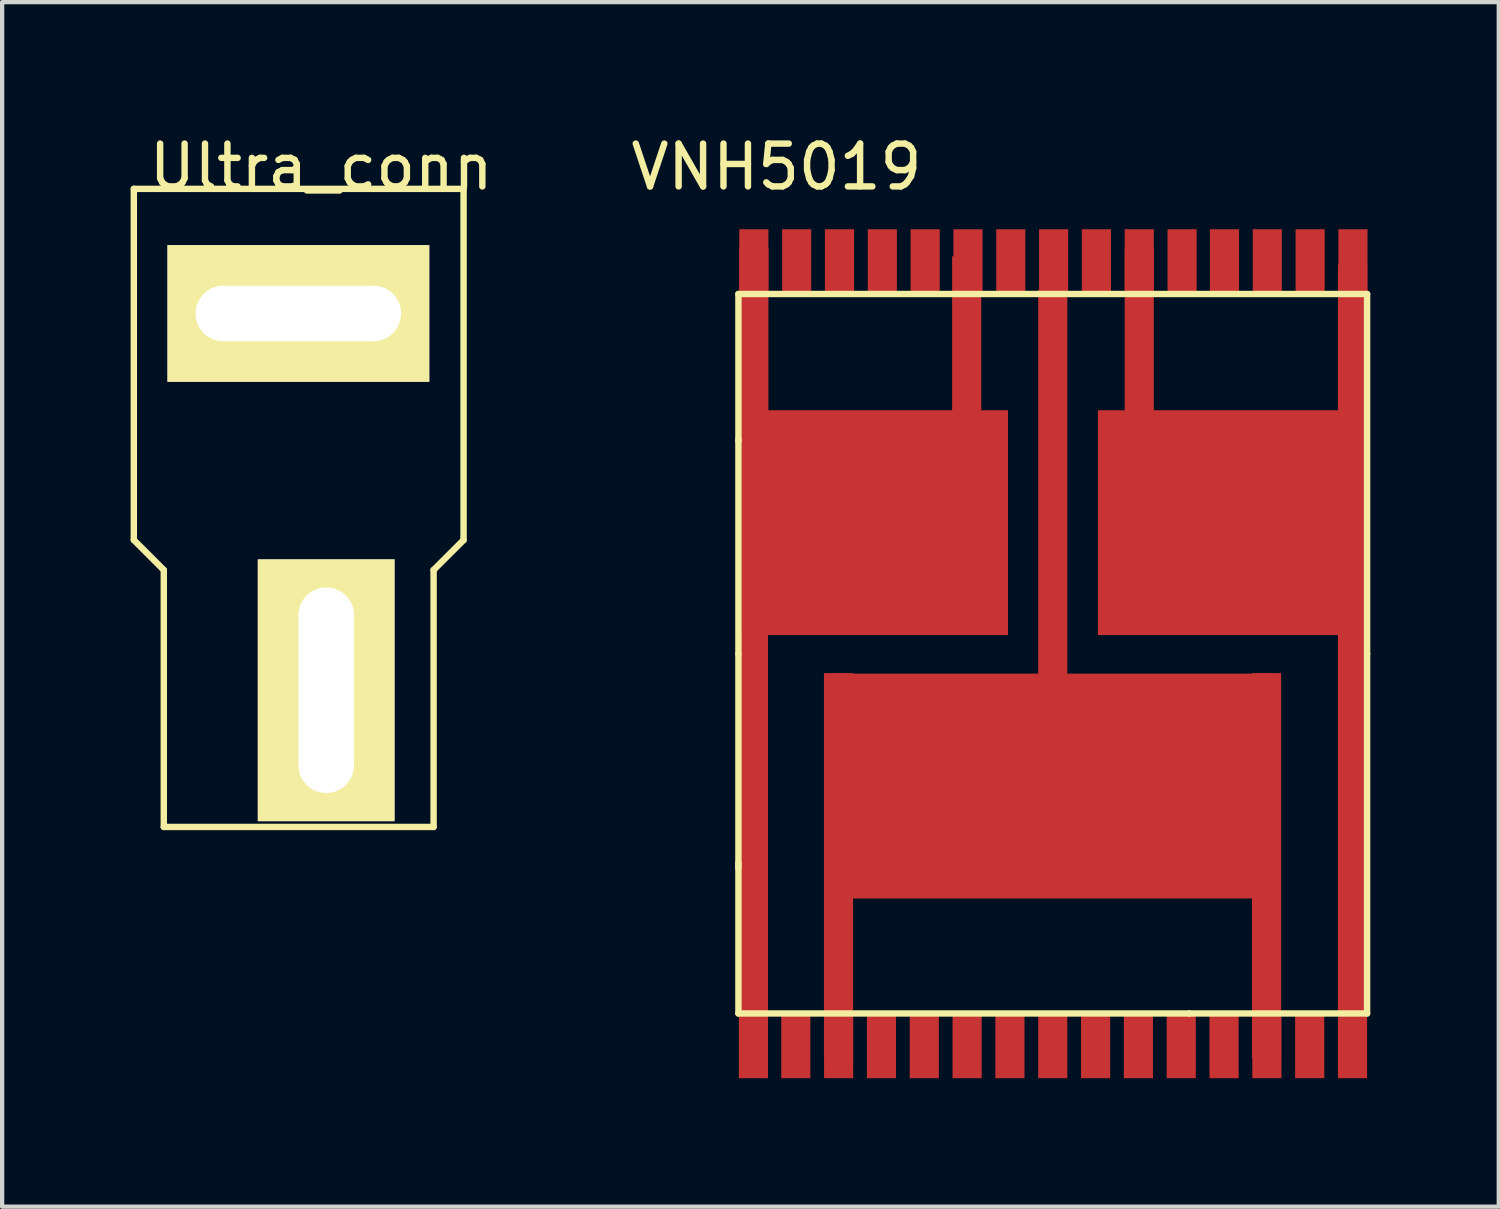
<source format=kicad_pcb>
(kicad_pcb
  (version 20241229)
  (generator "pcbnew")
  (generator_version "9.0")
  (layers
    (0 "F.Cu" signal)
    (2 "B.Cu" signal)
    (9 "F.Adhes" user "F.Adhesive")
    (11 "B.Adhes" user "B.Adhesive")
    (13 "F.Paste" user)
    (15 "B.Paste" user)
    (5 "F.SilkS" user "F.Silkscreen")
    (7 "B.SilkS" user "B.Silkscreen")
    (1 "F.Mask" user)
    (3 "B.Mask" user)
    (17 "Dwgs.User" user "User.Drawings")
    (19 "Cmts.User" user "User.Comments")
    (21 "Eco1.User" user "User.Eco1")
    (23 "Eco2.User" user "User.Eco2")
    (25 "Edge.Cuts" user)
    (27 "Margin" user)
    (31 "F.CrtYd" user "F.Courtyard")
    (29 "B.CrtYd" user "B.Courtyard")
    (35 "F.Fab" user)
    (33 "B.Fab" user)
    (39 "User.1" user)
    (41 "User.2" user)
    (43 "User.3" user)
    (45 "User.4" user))
  (footprint "Ultra_conn"
    (layer "F.Cu")
    (at 1.875 3.06)
    (property "Reference" "Ultra_conn" (at 2.576 -2.212 0) (layer "F.SilkS") (effects (font (size 1 1) (thickness 0.15))))
    (attr through_hole)
    (fp_line (start -1.8 -1.7) (end 5.9 -1.7) (stroke (width 0.15) (type solid)) (layer "F.SilkS"))
    (fp_line (start -1.8 6.5) (end -1.8 -1.7) (stroke (width 0.15) (type solid)) (layer "F.SilkS"))
    (fp_line (start -1.1 7.2) (end -1.8 6.5) (stroke (width 0.15) (type solid)) (layer "F.SilkS"))
    (fp_line (start -1.1 13.2) (end -1.1 7.2) (stroke (width 0.15) (type solid)) (layer "F.SilkS"))
    (fp_line (start -0.077 1.743) (end -0.077 0.6) (stroke (width 0.15) (type solid)) (layer "F.SilkS"))
    (fp_line (start -0.076 0.524) (end 0.061 0.524) (stroke (width 0.15) (type solid)) (layer "F.SilkS"))
    (fp_line (start -0.076 0.595) (end -0.076 0.524) (stroke (width 0.15) (type solid)) (layer "F.SilkS"))
    (fp_line (start -0.076 1.743) (end -0.076 1.819) (stroke (width 0.15) (type solid)) (layer "F.SilkS"))
    (fp_line (start -0.076 1.804) (end -0.076 1.87) (stroke (width 0.15) (type solid)) (layer "F.SilkS"))
    (fp_line (start -0.076 1.87) (end 0.051 1.87) (stroke (width 0.15) (type solid)) (layer "F.SilkS"))
    (fp_line (start 0 0.523) (end 4.064 0.523) (stroke (width 0.15) (type solid)) (layer "F.SilkS"))
    (fp_line (start 2.022 11.994) (end 2.022 12.142) (stroke (width 0.15) (type solid)) (layer "F.SilkS"))
    (fp_line (start 2.023 12.142) (end 3.166 12.142) (stroke (width 0.15) (type solid)) (layer "F.SilkS"))
    (fp_line (start 2.023 7.918) (end 3.166 7.918) (stroke (width 0.15) (type solid)) (layer "F.SilkS"))
    (fp_line (start 2.024 11.983) (end 2.024 7.919) (stroke (width 0.15) (type solid)) (layer "F.SilkS"))
    (fp_line (start 3.17 7.92) (end 3.363 7.92) (stroke (width 0.15) (type solid)) (layer "F.SilkS"))
    (fp_line (start 3.175 12.142) (end 3.322 12.142) (stroke (width 0.15) (type solid)) (layer "F.SilkS"))
    (fp_line (start 3.236 12.142) (end 3.358 12.142) (stroke (width 0.15) (type solid)) (layer "F.SilkS"))
    (fp_line (start 3.366 11.984) (end 3.366 7.92) (stroke (width 0.15) (type solid)) (layer "F.SilkS"))
    (fp_line (start 3.367 11.979) (end 3.367 12.142) (stroke (width 0.15) (type solid)) (layer "F.SilkS"))
    (fp_line (start 4.028 1.87) (end 4.191 1.87) (stroke (width 0.15) (type solid)) (layer "F.SilkS"))
    (fp_line (start 4.034 0.524) (end 4.186 0.524) (stroke (width 0.15) (type solid)) (layer "F.SilkS"))
    (fp_line (start 4.064 1.87) (end 0 1.87) (stroke (width 0.15) (type solid)) (layer "F.SilkS"))
    (fp_line (start 4.069 0.524) (end 4.14 0.524) (stroke (width 0.15) (type solid)) (layer "F.SilkS"))
    (fp_line (start 4.14 1.869) (end 4.059 1.869) (stroke (width 0.15) (type solid)) (layer "F.SilkS"))
    (fp_line (start 4.19 0.524) (end 4.19 0.63) (stroke (width 0.15) (type solid)) (layer "F.SilkS"))
    (fp_line (start 4.19 1.793) (end 4.19 1.869) (stroke (width 0.15) (type solid)) (layer "F.SilkS"))
    (fp_line (start 4.191 0.6) (end 4.191 1.743) (stroke (width 0.15) (type solid)) (layer "F.SilkS"))
    (fp_line (start 4.191 1.87) (end 4.191 1.743) (stroke (width 0.15) (type solid)) (layer "F.SilkS"))
    (fp_line (start 5.2 7.2) (end 5.2 13.2) (stroke (width 0.15) (type solid)) (layer "F.SilkS"))
    (fp_line (start 5.2 13.2) (end -1.1 13.2) (stroke (width 0.15) (type solid)) (layer "F.SilkS"))
    (fp_line (start 5.9 -1.7) (end 5.9 6.5) (stroke (width 0.15) (type solid)) (layer "F.SilkS"))
    (fp_line (start 5.9 6.5) (end 5.2 7.2) (stroke (width 0.15) (type solid)) (layer "F.SilkS"))
    (pad "1" thru_hole rect (at 2.042 1.21) (size 6.115 3.194) (drill oval 4.8 1.3) (layers "*.Cu" "*.Mask" "F.SilkS"))
    (pad "2" thru_hole rect (at 2.692 10.008) (size 3.194 6.115) (drill oval 1.3 4.8) (layers "*.Cu" "*.Mask" "F.SilkS")))
  (footprint "VNH5019"
    (layer "F.Cu")
    (at 14.193 12.215)
    (property "Reference" "VNH5019" (at 0.889 -11.367 0) (layer "F.SilkS") (effects (font (size 1 1) (thickness 0.15))))
    (attr through_hole)
    (fp_line (start 0 -8.4) (end 0 -4.96) (stroke (width 0.15) (type solid)) (layer "F.SilkS"))
    (fp_line (start 0 0) (end 0 -5) (stroke (width 0.15) (type solid)) (layer "F.SilkS"))
    (fp_line (start 0 0) (end 0 5) (stroke (width 0.15) (type solid)) (layer "F.SilkS"))
    (fp_line (start 0 8.4) (end 0 4.88) (stroke (width 0.15) (type solid)) (layer "F.SilkS"))
    (fp_line (start 0 8.4) (end 10.53 8.4) (stroke (width 0.15) (type solid)) (layer "F.SilkS"))
    (fp_line (start 10.53 8.4) (end 14.68 8.4) (stroke (width 0.15) (type solid)) (layer "F.SilkS"))
    (fp_line (start 14.68 -8.4) (end 0 -8.4) (stroke (width 0.15) (type solid)) (layer "F.SilkS"))
    (fp_line (start 14.68 0) (end 14.68 -8.4) (stroke (width 0.15) (type solid)) (layer "F.SilkS"))
    (fp_line (start 14.68 8.4) (end 14.68 0) (stroke (width 0.15) (type solid)) (layer "F.SilkS"))
    (pad "1" smd rect (at 0.35 3.97) (size 0.68 9) (layers "F.Cu" "F.Mask" "F.Paste"))
    (pad "1" smd rect (at 0.35 9.15) (size 0.68 1.524) (layers "F.Cu" "F.Mask" "F.Paste"))
    (pad "2" smd rect (at 1.34 9.15) (size 0.68 1.524) (layers "F.Cu" "F.Mask" "F.Paste"))
    (pad "3" smd rect (at 2.337 4.953) (size 0.68 9) (layers "F.Cu" "F.Mask" "F.Paste"))
    (pad "3" smd rect (at 2.34 9.15) (size 0.68 1.524) (layers "F.Cu" "F.Mask" "F.Paste"))
    (pad "4" smd rect (at 3.34 9.15) (size 0.68 1.524) (layers "F.Cu" "F.Mask" "F.Paste"))
    (pad "5" smd rect (at 4.34 9.15) (size 0.68 1.524) (layers "F.Cu" "F.Mask" "F.Paste"))
    (pad "6" smd rect (at 5.34 9.15) (size 0.68 1.524) (layers "F.Cu" "F.Mask" "F.Paste"))
    (pad "7" smd rect (at 6.34 9.15) (size 0.68 1.524) (layers "F.Cu" "F.Mask" "F.Paste"))
    (pad "8" smd rect (at 7.34 9.15) (size 0.68 1.524) (layers "F.Cu" "F.Mask" "F.Paste"))
    (pad "9" smd rect (at 8.34 9.15) (size 0.68 1.524) (layers "F.Cu" "F.Mask" "F.Paste"))
    (pad "10" smd rect (at 9.34 9.15) (size 0.68 1.524) (layers "F.Cu" "F.Mask" "F.Paste"))
    (pad "11" smd rect (at 10.34 9.15) (size 0.68 1.524) (layers "F.Cu" "F.Mask" "F.Paste"))
    (pad "12" smd rect (at 11.34 9.15) (size 0.68 1.524) (layers "F.Cu" "F.Mask" "F.Paste"))
    (pad "13" smd rect (at 12.332 4.953) (size 0.68 9) (layers "F.Cu" "F.Mask" "F.Paste"))
    (pad "13" smd rect (at 12.34 9.15) (size 0.68 1.524) (layers "F.Cu" "F.Mask" "F.Paste"))
    (pad "14" smd rect (at 13.34 9.15) (size 0.68 1.524) (layers "F.Cu" "F.Mask" "F.Paste"))
    (pad "15" smd rect (at 14.34 3.95) (size 0.68 9) (layers "F.Cu" "F.Mask" "F.Paste"))
    (pad "15" smd rect (at 14.34 9.15) (size 0.68 1.524) (layers "F.Cu" "F.Mask" "F.Paste"))
    (pad "16" smd rect (at 14.34 -6.83) (size 0.68 4.5) (layers "F.Cu" "F.Mask" "F.Paste"))
    (pad "16" smd rect (at 14.35 -9.15) (size 0.68 1.524) (layers "F.Cu" "F.Mask" "F.Paste"))
    (pad "17" smd rect (at 13.35 -9.15) (size 0.68 1.524) (layers "F.Cu" "F.Mask" "F.Paste"))
    (pad "18" smd rect (at 12.35 -9.15) (size 0.68 1.524) (layers "F.Cu" "F.Mask" "F.Paste"))
    (pad "19" smd rect (at 11.35 -9.15) (size 0.68 1.524) (layers "F.Cu" "F.Mask" "F.Paste"))
    (pad "20" smd rect (at 10.36 -9.15) (size 0.68 1.524) (layers "F.Cu" "F.Mask" "F.Paste"))
    (pad "21" smd rect (at 9.36 -9.15) (size 0.68 1.524) (layers "F.Cu" "F.Mask" "F.Paste"))
    (pad "21" smd rect (at 9.36 -7.22) (size 0.68 4.5) (layers "F.Cu" "F.Mask" "F.Paste"))
    (pad "22" smd rect (at 8.36 -9.15) (size 0.68 1.524) (layers "F.Cu" "F.Mask" "F.Paste"))
    (pad "23" smd rect (at 7.34 -4) (size 0.68 9) (layers "F.Cu" "F.Mask" "F.Paste"))
    (pad "23" smd rect (at 7.36 -9.15) (size 0.68 1.524) (layers "F.Cu" "F.Mask" "F.Paste"))
    (pad "24" smd rect (at 6.36 -9.15) (size 0.68 1.524) (layers "F.Cu" "F.Mask" "F.Paste"))
    (pad "25" smd rect (at 5.33 -7.03) (size 0.68 4.5) (layers "F.Cu" "F.Mask" "F.Paste"))
    (pad "25" smd rect (at 5.36 -9.15) (size 0.68 1.524) (layers "F.Cu" "F.Mask" "F.Paste"))
    (pad "26" smd rect (at 4.36 -9.15) (size 0.68 1.524) (layers "F.Cu" "F.Mask" "F.Paste"))
    (pad "27" smd rect (at 3.36 -9.15) (size 0.68 1.524) (layers "F.Cu" "F.Mask" "F.Paste"))
    (pad "28" smd rect (at 2.36 -9.15) (size 0.68 1.524) (layers "F.Cu" "F.Mask" "F.Paste"))
    (pad "29" smd rect (at 1.36 -9.15) (size 0.68 1.524) (layers "F.Cu" "F.Mask" "F.Paste"))
    (pad "30" smd rect (at 0.36 -9.15) (size 0.68 1.524) (layers "F.Cu" "F.Mask" "F.Paste"))
    (pad "30" smd rect (at 0.36 -7.23) (size 0.68 4.5) (layers "F.Cu" "F.Mask" "F.Paste"))
    (pad "31" smd rect (at 3.18 -3.06) (size 6.23 5.25) (layers "F.Cu" "F.Mask" "F.Paste"))
    (pad "32" smd rect (at 11.51 -3.06) (size 6.23 5.25) (layers "F.Cu" "F.Mask" "F.Paste"))
    (pad "33" smd rect (at 7.31 3.09) (size 10.3 5.25) (layers "F.Cu" "F.Mask" "F.Paste")))
  (gr_rect
    (start -3 -3)
    (end 31.948 25.127)
    (stroke (width 0.1) (type default))
    (fill no)
    (layer "Edge.Cuts")))
</source>
